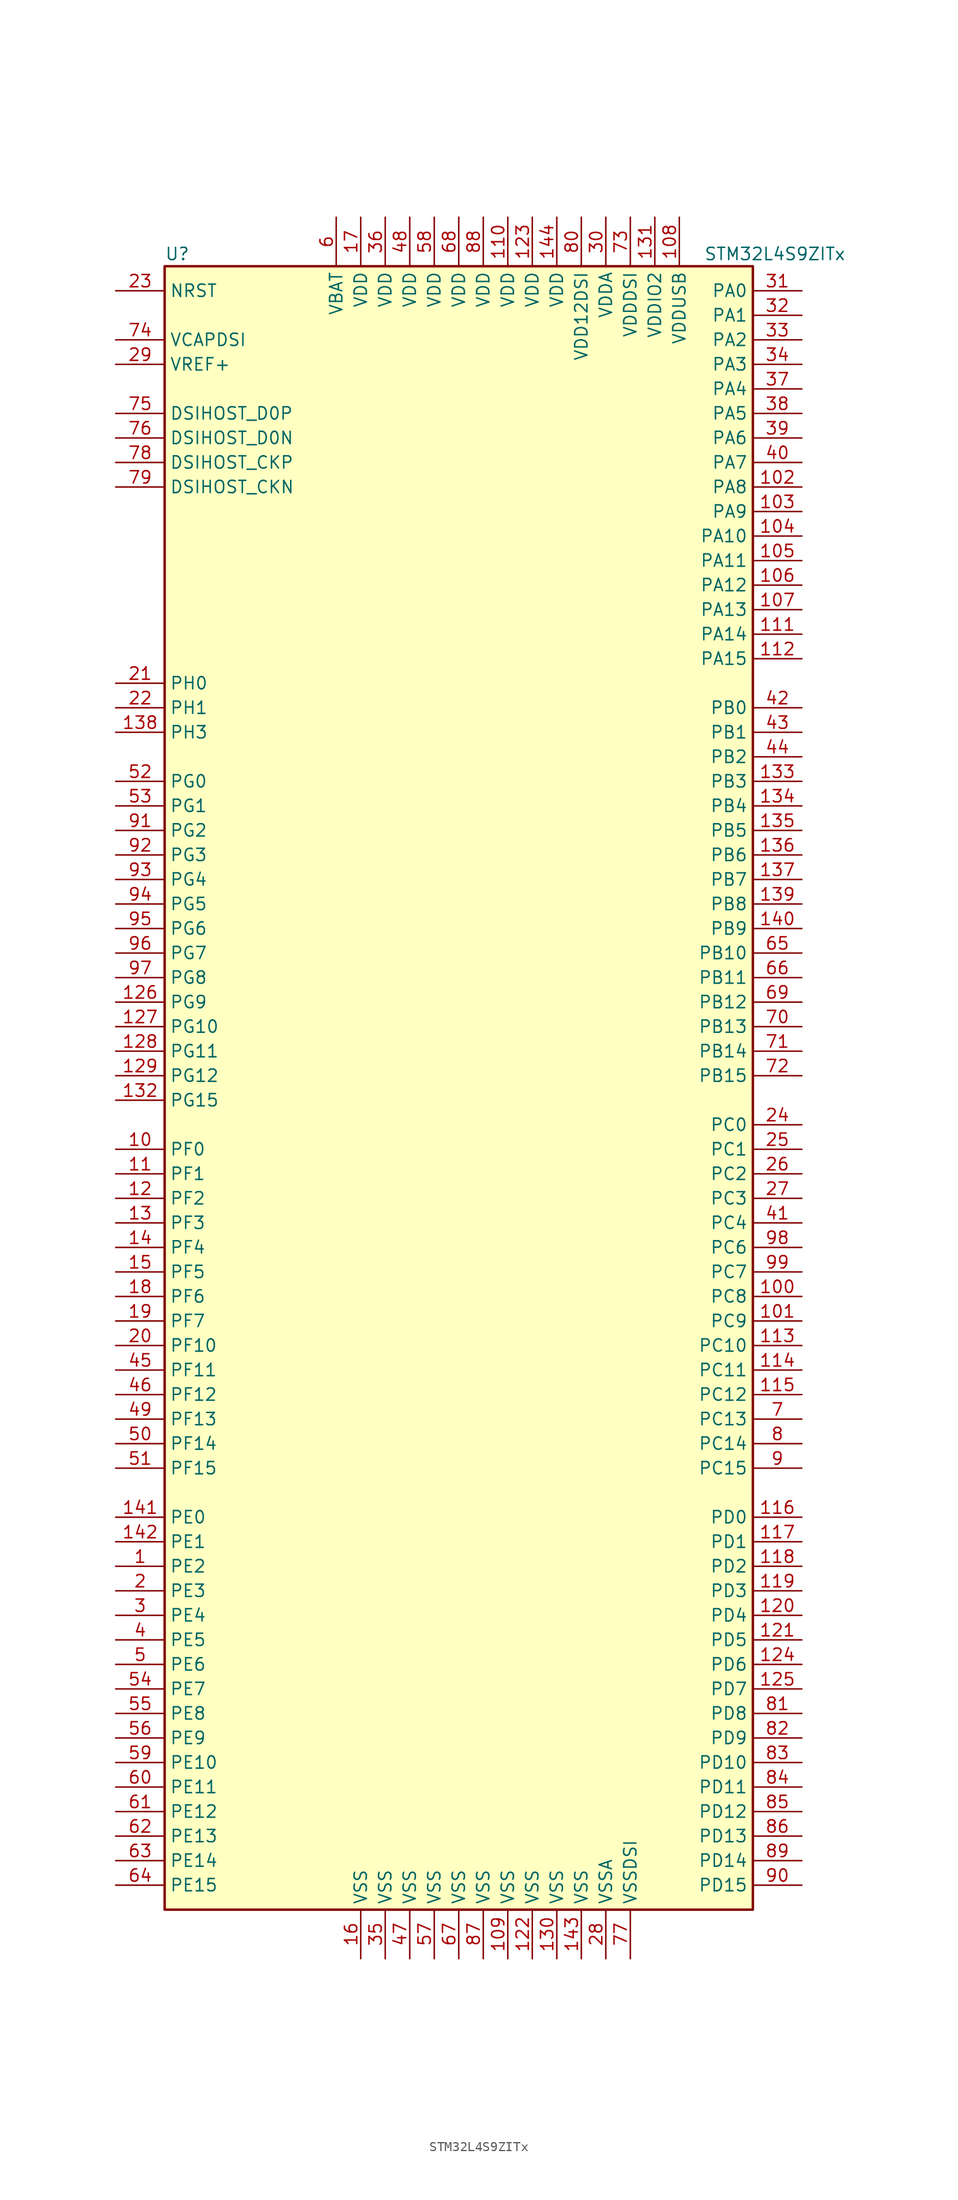
<source format=kicad_sym>
(kicad_symbol_lib
  (version 20201005)
  (generator kicad_symbol_editor)
  (symbol "STM32L4S9ZITx"
    (property "Reference" "U"
      (at -30.48 85.09 0)
      (effects (font (size 1.27 1.27)) (justify left)))
    (property "Value" "STM32L4S9ZITx"
      (at 25.4 85.09 0)
      (effects (font (size 1.27 1.27)) (justify left)))
    (symbol "STM32L4S9ZITx_0_1"
      (rectangle (start -30.48 -86.36) (end 30.48 83.82) (stroke (width 0.254)) (fill (type background))))
    (symbol "STM32L4S9ZITx_1_1"
      (pin bidirectional line (at -35.56 60.96 0) (length 5.08) (name "DSIHOST_CKN" (effects (font (size 1.27 1.27)))) (number "79" (effects (font (size 1.27 1.27)))))
      (pin bidirectional line (at -35.56 63.5 0) (length 5.08) (name "DSIHOST_CKP" (effects (font (size 1.27 1.27)))) (number "78" (effects (font (size 1.27 1.27)))))
      (pin bidirectional line (at -35.56 66.04 0) (length 5.08) (name "DSIHOST_D0N" (effects (font (size 1.27 1.27)))) (number "76" (effects (font (size 1.27 1.27)))))
      (pin bidirectional line (at -35.56 68.58 0) (length 5.08) (name "DSIHOST_D0P" (effects (font (size 1.27 1.27)))) (number "75" (effects (font (size 1.27 1.27)))))
      (pin input line (at -35.56 81.28 0) (length 5.08) (name "NRST" (effects (font (size 1.27 1.27)))) (number "23" (effects (font (size 1.27 1.27)))))
      (pin bidirectional line (at 35.56 81.28 180) (length 5.08) (name "PA0" (effects (font (size 1.27 1.27)))) (number "31" (effects (font (size 1.27 1.27)))))
      (pin bidirectional line (at 35.56 78.74 180) (length 5.08) (name "PA1" (effects (font (size 1.27 1.27)))) (number "32" (effects (font (size 1.27 1.27)))))
      (pin bidirectional line (at 35.56 55.88 180) (length 5.08) (name "PA10" (effects (font (size 1.27 1.27)))) (number "104" (effects (font (size 1.27 1.27)))))
      (pin bidirectional line (at 35.56 53.34 180) (length 5.08) (name "PA11" (effects (font (size 1.27 1.27)))) (number "105" (effects (font (size 1.27 1.27)))))
      (pin bidirectional line (at 35.56 50.8 180) (length 5.08) (name "PA12" (effects (font (size 1.27 1.27)))) (number "106" (effects (font (size 1.27 1.27)))))
      (pin bidirectional line (at 35.56 48.26 180) (length 5.08) (name "PA13" (effects (font (size 1.27 1.27)))) (number "107" (effects (font (size 1.27 1.27)))))
      (pin bidirectional line (at 35.56 45.72 180) (length 5.08) (name "PA14" (effects (font (size 1.27 1.27)))) (number "111" (effects (font (size 1.27 1.27)))))
      (pin bidirectional line (at 35.56 43.18 180) (length 5.08) (name "PA15" (effects (font (size 1.27 1.27)))) (number "112" (effects (font (size 1.27 1.27)))))
      (pin bidirectional line (at 35.56 76.2 180) (length 5.08) (name "PA2" (effects (font (size 1.27 1.27)))) (number "33" (effects (font (size 1.27 1.27)))))
      (pin bidirectional line (at 35.56 73.66 180) (length 5.08) (name "PA3" (effects (font (size 1.27 1.27)))) (number "34" (effects (font (size 1.27 1.27)))))
      (pin bidirectional line (at 35.56 71.12 180) (length 5.08) (name "PA4" (effects (font (size 1.27 1.27)))) (number "37" (effects (font (size 1.27 1.27)))))
      (pin bidirectional line (at 35.56 68.58 180) (length 5.08) (name "PA5" (effects (font (size 1.27 1.27)))) (number "38" (effects (font (size 1.27 1.27)))))
      (pin bidirectional line (at 35.56 66.04 180) (length 5.08) (name "PA6" (effects (font (size 1.27 1.27)))) (number "39" (effects (font (size 1.27 1.27)))))
      (pin bidirectional line (at 35.56 63.5 180) (length 5.08) (name "PA7" (effects (font (size 1.27 1.27)))) (number "40" (effects (font (size 1.27 1.27)))))
      (pin bidirectional line (at 35.56 60.96 180) (length 5.08) (name "PA8" (effects (font (size 1.27 1.27)))) (number "102" (effects (font (size 1.27 1.27)))))
      (pin bidirectional line (at 35.56 58.42 180) (length 5.08) (name "PA9" (effects (font (size 1.27 1.27)))) (number "103" (effects (font (size 1.27 1.27)))))
      (pin bidirectional line (at 35.56 38.1 180) (length 5.08) (name "PB0" (effects (font (size 1.27 1.27)))) (number "42" (effects (font (size 1.27 1.27)))))
      (pin bidirectional line (at 35.56 35.56 180) (length 5.08) (name "PB1" (effects (font (size 1.27 1.27)))) (number "43" (effects (font (size 1.27 1.27)))))
      (pin bidirectional line (at 35.56 12.7 180) (length 5.08) (name "PB10" (effects (font (size 1.27 1.27)))) (number "65" (effects (font (size 1.27 1.27)))))
      (pin bidirectional line (at 35.56 10.16 180) (length 5.08) (name "PB11" (effects (font (size 1.27 1.27)))) (number "66" (effects (font (size 1.27 1.27)))))
      (pin bidirectional line (at 35.56 7.62 180) (length 5.08) (name "PB12" (effects (font (size 1.27 1.27)))) (number "69" (effects (font (size 1.27 1.27)))))
      (pin bidirectional line (at 35.56 5.08 180) (length 5.08) (name "PB13" (effects (font (size 1.27 1.27)))) (number "70" (effects (font (size 1.27 1.27)))))
      (pin bidirectional line (at 35.56 2.54 180) (length 5.08) (name "PB14" (effects (font (size 1.27 1.27)))) (number "71" (effects (font (size 1.27 1.27)))))
      (pin bidirectional line (at 35.56 0 180) (length 5.08) (name "PB15" (effects (font (size 1.27 1.27)))) (number "72" (effects (font (size 1.27 1.27)))))
      (pin bidirectional line (at 35.56 33.02 180) (length 5.08) (name "PB2" (effects (font (size 1.27 1.27)))) (number "44" (effects (font (size 1.27 1.27)))))
      (pin bidirectional line (at 35.56 30.48 180) (length 5.08) (name "PB3" (effects (font (size 1.27 1.27)))) (number "133" (effects (font (size 1.27 1.27)))))
      (pin bidirectional line (at 35.56 27.94 180) (length 5.08) (name "PB4" (effects (font (size 1.27 1.27)))) (number "134" (effects (font (size 1.27 1.27)))))
      (pin bidirectional line (at 35.56 25.4 180) (length 5.08) (name "PB5" (effects (font (size 1.27 1.27)))) (number "135" (effects (font (size 1.27 1.27)))))
      (pin bidirectional line (at 35.56 22.86 180) (length 5.08) (name "PB6" (effects (font (size 1.27 1.27)))) (number "136" (effects (font (size 1.27 1.27)))))
      (pin bidirectional line (at 35.56 20.32 180) (length 5.08) (name "PB7" (effects (font (size 1.27 1.27)))) (number "137" (effects (font (size 1.27 1.27)))))
      (pin bidirectional line (at 35.56 17.78 180) (length 5.08) (name "PB8" (effects (font (size 1.27 1.27)))) (number "139" (effects (font (size 1.27 1.27)))))
      (pin bidirectional line (at 35.56 15.24 180) (length 5.08) (name "PB9" (effects (font (size 1.27 1.27)))) (number "140" (effects (font (size 1.27 1.27)))))
      (pin bidirectional line (at 35.56 -5.08 180) (length 5.08) (name "PC0" (effects (font (size 1.27 1.27)))) (number "24" (effects (font (size 1.27 1.27)))))
      (pin bidirectional line (at 35.56 -7.62 180) (length 5.08) (name "PC1" (effects (font (size 1.27 1.27)))) (number "25" (effects (font (size 1.27 1.27)))))
      (pin bidirectional line (at 35.56 -27.94 180) (length 5.08) (name "PC10" (effects (font (size 1.27 1.27)))) (number "113" (effects (font (size 1.27 1.27)))))
      (pin bidirectional line (at 35.56 -30.48 180) (length 5.08) (name "PC11" (effects (font (size 1.27 1.27)))) (number "114" (effects (font (size 1.27 1.27)))))
      (pin bidirectional line (at 35.56 -33.02 180) (length 5.08) (name "PC12" (effects (font (size 1.27 1.27)))) (number "115" (effects (font (size 1.27 1.27)))))
      (pin bidirectional line (at 35.56 -35.56 180) (length 5.08) (name "PC13" (effects (font (size 1.27 1.27)))) (number "7" (effects (font (size 1.27 1.27)))))
      (pin bidirectional line (at 35.56 -38.1 180) (length 5.08) (name "PC14" (effects (font (size 1.27 1.27)))) (number "8" (effects (font (size 1.27 1.27)))))
      (pin bidirectional line (at 35.56 -40.64 180) (length 5.08) (name "PC15" (effects (font (size 1.27 1.27)))) (number "9" (effects (font (size 1.27 1.27)))))
      (pin bidirectional line (at 35.56 -10.16 180) (length 5.08) (name "PC2" (effects (font (size 1.27 1.27)))) (number "26" (effects (font (size 1.27 1.27)))))
      (pin bidirectional line (at 35.56 -12.7 180) (length 5.08) (name "PC3" (effects (font (size 1.27 1.27)))) (number "27" (effects (font (size 1.27 1.27)))))
      (pin bidirectional line (at 35.56 -15.24 180) (length 5.08) (name "PC4" (effects (font (size 1.27 1.27)))) (number "41" (effects (font (size 1.27 1.27)))))
      (pin bidirectional line (at 35.56 -17.78 180) (length 5.08) (name "PC6" (effects (font (size 1.27 1.27)))) (number "98" (effects (font (size 1.27 1.27)))))
      (pin bidirectional line (at 35.56 -20.32 180) (length 5.08) (name "PC7" (effects (font (size 1.27 1.27)))) (number "99" (effects (font (size 1.27 1.27)))))
      (pin bidirectional line (at 35.56 -22.86 180) (length 5.08) (name "PC8" (effects (font (size 1.27 1.27)))) (number "100" (effects (font (size 1.27 1.27)))))
      (pin bidirectional line (at 35.56 -25.4 180) (length 5.08) (name "PC9" (effects (font (size 1.27 1.27)))) (number "101" (effects (font (size 1.27 1.27)))))
      (pin bidirectional line (at 35.56 -45.72 180) (length 5.08) (name "PD0" (effects (font (size 1.27 1.27)))) (number "116" (effects (font (size 1.27 1.27)))))
      (pin bidirectional line (at 35.56 -48.26 180) (length 5.08) (name "PD1" (effects (font (size 1.27 1.27)))) (number "117" (effects (font (size 1.27 1.27)))))
      (pin bidirectional line (at 35.56 -71.12 180) (length 5.08) (name "PD10" (effects (font (size 1.27 1.27)))) (number "83" (effects (font (size 1.27 1.27)))))
      (pin bidirectional line (at 35.56 -73.66 180) (length 5.08) (name "PD11" (effects (font (size 1.27 1.27)))) (number "84" (effects (font (size 1.27 1.27)))))
      (pin bidirectional line (at 35.56 -76.2 180) (length 5.08) (name "PD12" (effects (font (size 1.27 1.27)))) (number "85" (effects (font (size 1.27 1.27)))))
      (pin bidirectional line (at 35.56 -78.74 180) (length 5.08) (name "PD13" (effects (font (size 1.27 1.27)))) (number "86" (effects (font (size 1.27 1.27)))))
      (pin bidirectional line (at 35.56 -81.28 180) (length 5.08) (name "PD14" (effects (font (size 1.27 1.27)))) (number "89" (effects (font (size 1.27 1.27)))))
      (pin bidirectional line (at 35.56 -83.82 180) (length 5.08) (name "PD15" (effects (font (size 1.27 1.27)))) (number "90" (effects (font (size 1.27 1.27)))))
      (pin bidirectional line (at 35.56 -50.8 180) (length 5.08) (name "PD2" (effects (font (size 1.27 1.27)))) (number "118" (effects (font (size 1.27 1.27)))))
      (pin bidirectional line (at 35.56 -53.34 180) (length 5.08) (name "PD3" (effects (font (size 1.27 1.27)))) (number "119" (effects (font (size 1.27 1.27)))))
      (pin bidirectional line (at 35.56 -55.88 180) (length 5.08) (name "PD4" (effects (font (size 1.27 1.27)))) (number "120" (effects (font (size 1.27 1.27)))))
      (pin bidirectional line (at 35.56 -58.42 180) (length 5.08) (name "PD5" (effects (font (size 1.27 1.27)))) (number "121" (effects (font (size 1.27 1.27)))))
      (pin bidirectional line (at 35.56 -60.96 180) (length 5.08) (name "PD6" (effects (font (size 1.27 1.27)))) (number "124" (effects (font (size 1.27 1.27)))))
      (pin bidirectional line (at 35.56 -63.5 180) (length 5.08) (name "PD7" (effects (font (size 1.27 1.27)))) (number "125" (effects (font (size 1.27 1.27)))))
      (pin bidirectional line (at 35.56 -66.04 180) (length 5.08) (name "PD8" (effects (font (size 1.27 1.27)))) (number "81" (effects (font (size 1.27 1.27)))))
      (pin bidirectional line (at 35.56 -68.58 180) (length 5.08) (name "PD9" (effects (font (size 1.27 1.27)))) (number "82" (effects (font (size 1.27 1.27)))))
      (pin bidirectional line (at -35.56 -45.72 0) (length 5.08) (name "PE0" (effects (font (size 1.27 1.27)))) (number "141" (effects (font (size 1.27 1.27)))))
      (pin bidirectional line (at -35.56 -48.26 0) (length 5.08) (name "PE1" (effects (font (size 1.27 1.27)))) (number "142" (effects (font (size 1.27 1.27)))))
      (pin bidirectional line (at -35.56 -71.12 0) (length 5.08) (name "PE10" (effects (font (size 1.27 1.27)))) (number "59" (effects (font (size 1.27 1.27)))))
      (pin bidirectional line (at -35.56 -73.66 0) (length 5.08) (name "PE11" (effects (font (size 1.27 1.27)))) (number "60" (effects (font (size 1.27 1.27)))))
      (pin bidirectional line (at -35.56 -76.2 0) (length 5.08) (name "PE12" (effects (font (size 1.27 1.27)))) (number "61" (effects (font (size 1.27 1.27)))))
      (pin bidirectional line (at -35.56 -78.74 0) (length 5.08) (name "PE13" (effects (font (size 1.27 1.27)))) (number "62" (effects (font (size 1.27 1.27)))))
      (pin bidirectional line (at -35.56 -81.28 0) (length 5.08) (name "PE14" (effects (font (size 1.27 1.27)))) (number "63" (effects (font (size 1.27 1.27)))))
      (pin bidirectional line (at -35.56 -83.82 0) (length 5.08) (name "PE15" (effects (font (size 1.27 1.27)))) (number "64" (effects (font (size 1.27 1.27)))))
      (pin bidirectional line (at -35.56 -50.8 0) (length 5.08) (name "PE2" (effects (font (size 1.27 1.27)))) (number "1" (effects (font (size 1.27 1.27)))))
      (pin bidirectional line (at -35.56 -53.34 0) (length 5.08) (name "PE3" (effects (font (size 1.27 1.27)))) (number "2" (effects (font (size 1.27 1.27)))))
      (pin bidirectional line (at -35.56 -55.88 0) (length 5.08) (name "PE4" (effects (font (size 1.27 1.27)))) (number "3" (effects (font (size 1.27 1.27)))))
      (pin bidirectional line (at -35.56 -58.42 0) (length 5.08) (name "PE5" (effects (font (size 1.27 1.27)))) (number "4" (effects (font (size 1.27 1.27)))))
      (pin bidirectional line (at -35.56 -60.96 0) (length 5.08) (name "PE6" (effects (font (size 1.27 1.27)))) (number "5" (effects (font (size 1.27 1.27)))))
      (pin bidirectional line (at -35.56 -63.5 0) (length 5.08) (name "PE7" (effects (font (size 1.27 1.27)))) (number "54" (effects (font (size 1.27 1.27)))))
      (pin bidirectional line (at -35.56 -66.04 0) (length 5.08) (name "PE8" (effects (font (size 1.27 1.27)))) (number "55" (effects (font (size 1.27 1.27)))))
      (pin bidirectional line (at -35.56 -68.58 0) (length 5.08) (name "PE9" (effects (font (size 1.27 1.27)))) (number "56" (effects (font (size 1.27 1.27)))))
      (pin bidirectional line (at -35.56 -7.62 0) (length 5.08) (name "PF0" (effects (font (size 1.27 1.27)))) (number "10" (effects (font (size 1.27 1.27)))))
      (pin bidirectional line (at -35.56 -10.16 0) (length 5.08) (name "PF1" (effects (font (size 1.27 1.27)))) (number "11" (effects (font (size 1.27 1.27)))))
      (pin bidirectional line (at -35.56 -27.94 0) (length 5.08) (name "PF10" (effects (font (size 1.27 1.27)))) (number "20" (effects (font (size 1.27 1.27)))))
      (pin bidirectional line (at -35.56 -30.48 0) (length 5.08) (name "PF11" (effects (font (size 1.27 1.27)))) (number "45" (effects (font (size 1.27 1.27)))))
      (pin bidirectional line (at -35.56 -33.02 0) (length 5.08) (name "PF12" (effects (font (size 1.27 1.27)))) (number "46" (effects (font (size 1.27 1.27)))))
      (pin bidirectional line (at -35.56 -35.56 0) (length 5.08) (name "PF13" (effects (font (size 1.27 1.27)))) (number "49" (effects (font (size 1.27 1.27)))))
      (pin bidirectional line (at -35.56 -38.1 0) (length 5.08) (name "PF14" (effects (font (size 1.27 1.27)))) (number "50" (effects (font (size 1.27 1.27)))))
      (pin bidirectional line (at -35.56 -40.64 0) (length 5.08) (name "PF15" (effects (font (size 1.27 1.27)))) (number "51" (effects (font (size 1.27 1.27)))))
      (pin bidirectional line (at -35.56 -12.7 0) (length 5.08) (name "PF2" (effects (font (size 1.27 1.27)))) (number "12" (effects (font (size 1.27 1.27)))))
      (pin bidirectional line (at -35.56 -15.24 0) (length 5.08) (name "PF3" (effects (font (size 1.27 1.27)))) (number "13" (effects (font (size 1.27 1.27)))))
      (pin bidirectional line (at -35.56 -17.78 0) (length 5.08) (name "PF4" (effects (font (size 1.27 1.27)))) (number "14" (effects (font (size 1.27 1.27)))))
      (pin bidirectional line (at -35.56 -20.32 0) (length 5.08) (name "PF5" (effects (font (size 1.27 1.27)))) (number "15" (effects (font (size 1.27 1.27)))))
      (pin bidirectional line (at -35.56 -22.86 0) (length 5.08) (name "PF6" (effects (font (size 1.27 1.27)))) (number "18" (effects (font (size 1.27 1.27)))))
      (pin bidirectional line (at -35.56 -25.4 0) (length 5.08) (name "PF7" (effects (font (size 1.27 1.27)))) (number "19" (effects (font (size 1.27 1.27)))))
      (pin bidirectional line (at -35.56 30.48 0) (length 5.08) (name "PG0" (effects (font (size 1.27 1.27)))) (number "52" (effects (font (size 1.27 1.27)))))
      (pin bidirectional line (at -35.56 27.94 0) (length 5.08) (name "PG1" (effects (font (size 1.27 1.27)))) (number "53" (effects (font (size 1.27 1.27)))))
      (pin bidirectional line (at -35.56 5.08 0) (length 5.08) (name "PG10" (effects (font (size 1.27 1.27)))) (number "127" (effects (font (size 1.27 1.27)))))
      (pin bidirectional line (at -35.56 2.54 0) (length 5.08) (name "PG11" (effects (font (size 1.27 1.27)))) (number "128" (effects (font (size 1.27 1.27)))))
      (pin bidirectional line (at -35.56 0 0) (length 5.08) (name "PG12" (effects (font (size 1.27 1.27)))) (number "129" (effects (font (size 1.27 1.27)))))
      (pin bidirectional line (at -35.56 -2.54 0) (length 5.08) (name "PG15" (effects (font (size 1.27 1.27)))) (number "132" (effects (font (size 1.27 1.27)))))
      (pin bidirectional line (at -35.56 25.4 0) (length 5.08) (name "PG2" (effects (font (size 1.27 1.27)))) (number "91" (effects (font (size 1.27 1.27)))))
      (pin bidirectional line (at -35.56 22.86 0) (length 5.08) (name "PG3" (effects (font (size 1.27 1.27)))) (number "92" (effects (font (size 1.27 1.27)))))
      (pin bidirectional line (at -35.56 20.32 0) (length 5.08) (name "PG4" (effects (font (size 1.27 1.27)))) (number "93" (effects (font (size 1.27 1.27)))))
      (pin bidirectional line (at -35.56 17.78 0) (length 5.08) (name "PG5" (effects (font (size 1.27 1.27)))) (number "94" (effects (font (size 1.27 1.27)))))
      (pin bidirectional line (at -35.56 15.24 0) (length 5.08) (name "PG6" (effects (font (size 1.27 1.27)))) (number "95" (effects (font (size 1.27 1.27)))))
      (pin bidirectional line (at -35.56 12.7 0) (length 5.08) (name "PG7" (effects (font (size 1.27 1.27)))) (number "96" (effects (font (size 1.27 1.27)))))
      (pin bidirectional line (at -35.56 10.16 0) (length 5.08) (name "PG8" (effects (font (size 1.27 1.27)))) (number "97" (effects (font (size 1.27 1.27)))))
      (pin bidirectional line (at -35.56 7.62 0) (length 5.08) (name "PG9" (effects (font (size 1.27 1.27)))) (number "126" (effects (font (size 1.27 1.27)))))
      (pin input line (at -35.56 40.64 0) (length 5.08) (name "PH0" (effects (font (size 1.27 1.27)))) (number "21" (effects (font (size 1.27 1.27)))))
      (pin input line (at -35.56 38.1 0) (length 5.08) (name "PH1" (effects (font (size 1.27 1.27)))) (number "22" (effects (font (size 1.27 1.27)))))
      (pin bidirectional line (at -35.56 35.56 0) (length 5.08) (name "PH3" (effects (font (size 1.27 1.27)))) (number "138" (effects (font (size 1.27 1.27)))))
      (pin power_in line (at -12.7 88.9 270) (length 5.08) (name "VBAT" (effects (font (size 1.27 1.27)))) (number "6" (effects (font (size 1.27 1.27)))))
      (pin power_in line (at -35.56 76.2 0) (length 5.08) (name "VCAPDSI" (effects (font (size 1.27 1.27)))) (number "74" (effects (font (size 1.27 1.27)))))
      (pin power_in line (at 5.08 88.9 270) (length 5.08) (name "VDD" (effects (font (size 1.27 1.27)))) (number "110" (effects (font (size 1.27 1.27)))))
      (pin power_in line (at 7.62 88.9 270) (length 5.08) (name "VDD" (effects (font (size 1.27 1.27)))) (number "123" (effects (font (size 1.27 1.27)))))
      (pin power_in line (at 10.16 88.9 270) (length 5.08) (name "VDD" (effects (font (size 1.27 1.27)))) (number "144" (effects (font (size 1.27 1.27)))))
      (pin power_in line (at -10.16 88.9 270) (length 5.08) (name "VDD" (effects (font (size 1.27 1.27)))) (number "17" (effects (font (size 1.27 1.27)))))
      (pin power_in line (at -7.62 88.9 270) (length 5.08) (name "VDD" (effects (font (size 1.27 1.27)))) (number "36" (effects (font (size 1.27 1.27)))))
      (pin power_in line (at -5.08 88.9 270) (length 5.08) (name "VDD" (effects (font (size 1.27 1.27)))) (number "48" (effects (font (size 1.27 1.27)))))
      (pin power_in line (at -2.54 88.9 270) (length 5.08) (name "VDD" (effects (font (size 1.27 1.27)))) (number "58" (effects (font (size 1.27 1.27)))))
      (pin power_in line (at 0 88.9 270) (length 5.08) (name "VDD" (effects (font (size 1.27 1.27)))) (number "68" (effects (font (size 1.27 1.27)))))
      (pin power_in line (at 2.54 88.9 270) (length 5.08) (name "VDD" (effects (font (size 1.27 1.27)))) (number "88" (effects (font (size 1.27 1.27)))))
      (pin power_in line (at 12.7 88.9 270) (length 5.08) (name "VDD12DSI" (effects (font (size 1.27 1.27)))) (number "80" (effects (font (size 1.27 1.27)))))
      (pin power_in line (at 15.24 88.9 270) (length 5.08) (name "VDDA" (effects (font (size 1.27 1.27)))) (number "30" (effects (font (size 1.27 1.27)))))
      (pin power_in line (at 17.78 88.9 270) (length 5.08) (name "VDDDSI" (effects (font (size 1.27 1.27)))) (number "73" (effects (font (size 1.27 1.27)))))
      (pin power_in line (at 20.32 88.9 270) (length 5.08) (name "VDDIO2" (effects (font (size 1.27 1.27)))) (number "131" (effects (font (size 1.27 1.27)))))
      (pin power_in line (at 22.86 88.9 270) (length 5.08) (name "VDDUSB" (effects (font (size 1.27 1.27)))) (number "108" (effects (font (size 1.27 1.27)))))
      (pin bidirectional line (at -35.56 73.66 0) (length 5.08) (name "VREF+" (effects (font (size 1.27 1.27)))) (number "29" (effects (font (size 1.27 1.27)))))
      (pin power_in line (at 5.08 -91.44 90) (length 5.08) (name "VSS" (effects (font (size 1.27 1.27)))) (number "109" (effects (font (size 1.27 1.27)))))
      (pin power_in line (at 7.62 -91.44 90) (length 5.08) (name "VSS" (effects (font (size 1.27 1.27)))) (number "122" (effects (font (size 1.27 1.27)))))
      (pin power_in line (at 10.16 -91.44 90) (length 5.08) (name "VSS" (effects (font (size 1.27 1.27)))) (number "130" (effects (font (size 1.27 1.27)))))
      (pin power_in line (at 12.7 -91.44 90) (length 5.08) (name "VSS" (effects (font (size 1.27 1.27)))) (number "143" (effects (font (size 1.27 1.27)))))
      (pin power_in line (at -10.16 -91.44 90) (length 5.08) (name "VSS" (effects (font (size 1.27 1.27)))) (number "16" (effects (font (size 1.27 1.27)))))
      (pin power_in line (at -7.62 -91.44 90) (length 5.08) (name "VSS" (effects (font (size 1.27 1.27)))) (number "35" (effects (font (size 1.27 1.27)))))
      (pin power_in line (at -5.08 -91.44 90) (length 5.08) (name "VSS" (effects (font (size 1.27 1.27)))) (number "47" (effects (font (size 1.27 1.27)))))
      (pin power_in line (at -2.54 -91.44 90) (length 5.08) (name "VSS" (effects (font (size 1.27 1.27)))) (number "57" (effects (font (size 1.27 1.27)))))
      (pin power_in line (at 0 -91.44 90) (length 5.08) (name "VSS" (effects (font (size 1.27 1.27)))) (number "67" (effects (font (size 1.27 1.27)))))
      (pin power_in line (at 2.54 -91.44 90) (length 5.08) (name "VSS" (effects (font (size 1.27 1.27)))) (number "87" (effects (font (size 1.27 1.27)))))
      (pin power_in line (at 15.24 -91.44 90) (length 5.08) (name "VSSA" (effects (font (size 1.27 1.27)))) (number "28" (effects (font (size 1.27 1.27)))))
      (pin power_in line (at 17.78 -91.44 90) (length 5.08) (name "VSSDSI" (effects (font (size 1.27 1.27)))) (number "77" (effects (font (size 1.27 1.27))))))))
</source>
